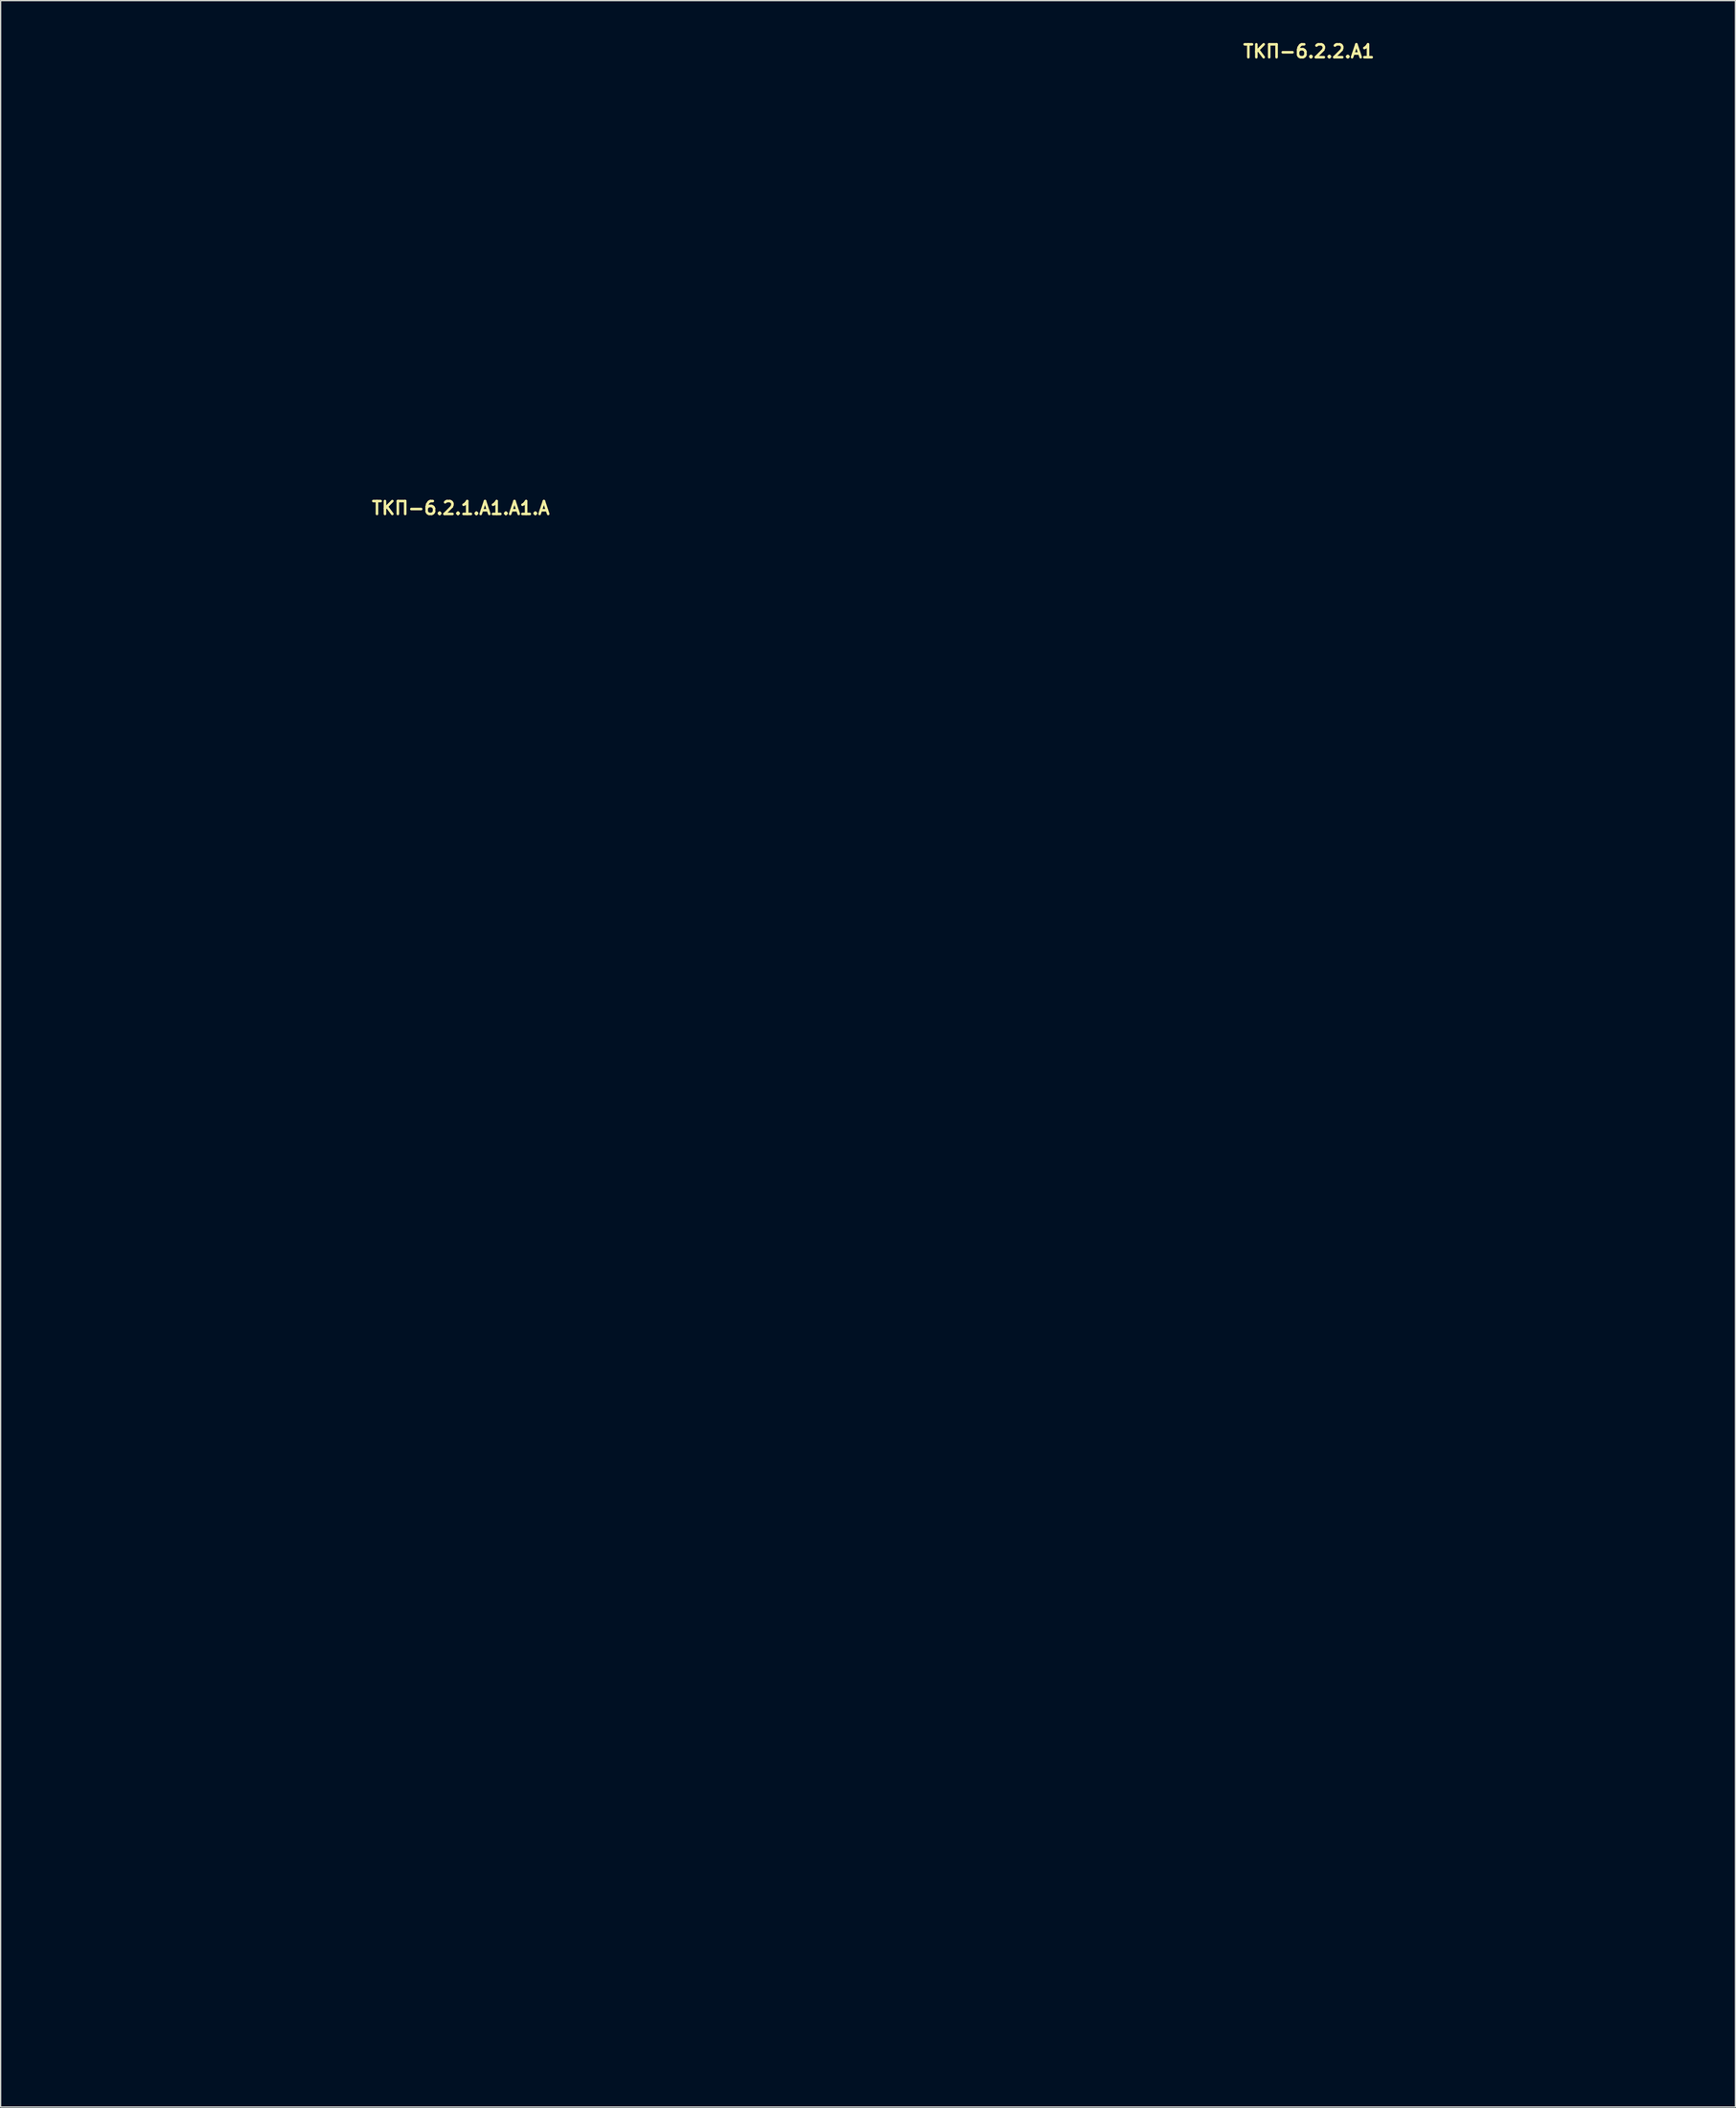
<source format=kicad_pcb>
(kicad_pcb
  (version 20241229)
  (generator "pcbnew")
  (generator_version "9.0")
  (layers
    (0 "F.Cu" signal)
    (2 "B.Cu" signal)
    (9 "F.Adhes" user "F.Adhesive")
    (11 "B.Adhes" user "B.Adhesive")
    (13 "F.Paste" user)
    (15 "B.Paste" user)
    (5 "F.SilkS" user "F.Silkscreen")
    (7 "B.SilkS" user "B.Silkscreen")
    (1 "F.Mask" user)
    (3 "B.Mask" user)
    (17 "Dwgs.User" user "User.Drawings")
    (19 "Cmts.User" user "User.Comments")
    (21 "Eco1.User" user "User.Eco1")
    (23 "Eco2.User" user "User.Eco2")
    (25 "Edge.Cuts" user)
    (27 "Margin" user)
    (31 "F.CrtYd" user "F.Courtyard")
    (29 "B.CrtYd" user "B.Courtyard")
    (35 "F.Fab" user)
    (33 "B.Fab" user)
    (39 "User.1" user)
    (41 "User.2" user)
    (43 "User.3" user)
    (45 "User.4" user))
  (footprint "ТКП-6.2.1.A1.A1.A"
    (layer "F.Cu")
    (at 32.7 97.2)
    (property "Reference" "ТКП-6.2.1.A1.A1.A" (at 0 -60.833 0) (layer "F.SilkS") (effects (font (size 1 1) (thickness 0.2))))
    (attr through_hole)
    (fp_line (start -32.5 -93.9) (end -32.5 -60) (stroke (width 0.4) (type solid)) (layer "Eco2.User"))
    (fp_line (start -32.5 -93.9) (end -31 -93.9) (stroke (width 0.4) (type solid)) (layer "Eco2.User"))
    (fp_line (start -32.5 -60) (end -32.5 60) (stroke (width 0.4) (type solid)) (layer "Eco2.User"))
    (fp_line (start -32.5 -60) (end -31 -60) (stroke (width 0.4) (type solid)) (layer "Eco2.User"))
    (fp_line (start -32.5 60) (end -31 60) (stroke (width 0.4) (type solid)) (layer "Eco2.User"))
    (fp_line (start -31 -93.9) (end -31 -60) (stroke (width 0.4) (type solid)) (layer "Eco2.User"))
    (fp_line (start -31 -60) (end -31 60) (stroke (width 0.4) (type solid)) (layer "Eco2.User"))
    (fp_line (start -31 -56.9) (end -30.8 -56.9) (stroke (width 0.4) (type solid)) (layer "Eco2.User"))
    (fp_line (start -31 56.9) (end -30.8 56.9) (stroke (width 0.4) (type solid)) (layer "Eco2.User"))
    (fp_line (start -30.8 -93.9) (end -30.8 -60) (stroke (width 0.4) (type solid)) (layer "Eco2.User"))
    (fp_line (start -30.8 -93.9) (end -29.4 -93.9) (stroke (width 0.4) (type solid)) (layer "Eco2.User"))
    (fp_line (start -30.8 -60) (end -30.8 -50.37) (stroke (width 0.4) (type solid)) (layer "Eco2.User"))
    (fp_line (start -30.8 -60) (end 30.8 -60) (stroke (width 0.4) (type solid)) (layer "Eco2.User"))
    (fp_line (start -30.8 50.37) (end -30.8 60) (stroke (width 0.4) (type solid)) (layer "Eco2.User"))
    (fp_line (start -30.8 60) (end 30.8 60) (stroke (width 0.4) (type solid)) (layer "Eco2.User"))
    (fp_line (start -29.4 -97) (end -29.4 -93.9) (stroke (width 0.4) (type solid)) (layer "Eco2.User"))
    (fp_line (start -29.4 -97) (end 29.4 -97) (stroke (width 0.4) (type solid)) (layer "Eco2.User"))
    (fp_line (start -27.7 -47.27) (end -22.87 -47.27) (stroke (width 0.4) (type solid)) (layer "Eco2.User"))
    (fp_line (start -27.7 47.27) (end -22.87 47.27) (stroke (width 0.4) (type solid)) (layer "Eco2.User"))
    (fp_line (start -19.77 -63.725) (end -19.77 -60) (stroke (width 0.4) (type solid)) (layer "Eco2.User"))
    (fp_line (start -19.77 -60) (end -19.77 -50.37) (stroke (width 0.4) (type solid)) (layer "Eco2.User"))
    (fp_line (start -19.77 -58.5) (end 19.77 -58.5) (stroke (width 0.4) (type solid)) (layer "Eco2.User"))
    (fp_line (start -19.77 50.37) (end -19.77 60) (stroke (width 0.4) (type solid)) (layer "Eco2.User"))
    (fp_line (start -19.77 58.5) (end 19.77 58.5) (stroke (width 0.4) (type solid)) (layer "Eco2.User"))
    (fp_line (start -19.02 -63.725) (end -19.02 -60) (stroke (width 0.4) (type solid)) (layer "Eco2.User"))
    (fp_line (start -19.02 -60) (end -19.02 -58.5) (stroke (width 0.4) (type solid)) (layer "Eco2.User"))
    (fp_line (start -19.02 58.5) (end -19.02 60) (stroke (width 0.4) (type solid)) (layer "Eco2.User"))
    (fp_line (start 19.02 -63.725) (end 19.02 -60) (stroke (width 0.4) (type solid)) (layer "Eco2.User"))
    (fp_line (start 19.02 -60) (end 19.02 -58.5) (stroke (width 0.4) (type solid)) (layer "Eco2.User"))
    (fp_line (start 19.02 58.5) (end 19.02 60) (stroke (width 0.4) (type solid)) (layer "Eco2.User"))
    (fp_line (start 19.77 -63.725) (end 19.77 -60) (stroke (width 0.4) (type solid)) (layer "Eco2.User"))
    (fp_line (start 19.77 -60) (end 19.77 -50.37) (stroke (width 0.4) (type solid)) (layer "Eco2.User"))
    (fp_line (start 19.77 50.37) (end 19.77 60) (stroke (width 0.4) (type solid)) (layer "Eco2.User"))
    (fp_line (start 22.87 -47.27) (end 27.7 -47.27) (stroke (width 0.4) (type solid)) (layer "Eco2.User"))
    (fp_line (start 22.87 47.27) (end 27.7 47.27) (stroke (width 0.4) (type solid)) (layer "Eco2.User"))
    (fp_line (start 29.4 -97) (end 29.4 -93.9) (stroke (width 0.4) (type solid)) (layer "Eco2.User"))
    (fp_line (start 29.4 -93.9) (end 30.8 -93.9) (stroke (width 0.4) (type solid)) (layer "Eco2.User"))
    (fp_line (start 30.8 -93.9) (end 30.8 -60) (stroke (width 0.4) (type solid)) (layer "Eco2.User"))
    (fp_line (start 30.8 -60) (end 30.8 -50.37) (stroke (width 0.4) (type solid)) (layer "Eco2.User"))
    (fp_line (start 30.8 -56.9) (end 31 -56.9) (stroke (width 0.4) (type solid)) (layer "Eco2.User"))
    (fp_line (start 30.8 50.37) (end 30.8 60) (stroke (width 0.4) (type solid)) (layer "Eco2.User"))
    (fp_line (start 30.8 56.9) (end 31 56.9) (stroke (width 0.4) (type solid)) (layer "Eco2.User"))
    (fp_line (start 31 -93.9) (end 31 -60) (stroke (width 0.4) (type solid)) (layer "Eco2.User"))
    (fp_line (start 31 -93.9) (end 32.5 -93.9) (stroke (width 0.4) (type solid)) (layer "Eco2.User"))
    (fp_line (start 31 -60) (end 31 60) (stroke (width 0.4) (type solid)) (layer "Eco2.User"))
    (fp_line (start 31 -60) (end 32.5 -60) (stroke (width 0.4) (type solid)) (layer "Eco2.User"))
    (fp_line (start 31 60) (end 32.5 60) (stroke (width 0.4) (type solid)) (layer "Eco2.User"))
    (fp_line (start 32.5 -93.9) (end 32.5 -60) (stroke (width 0.4) (type solid)) (layer "Eco2.User"))
    (fp_line (start 32.5 -60) (end 32.5 60) (stroke (width 0.4) (type solid)) (layer "Eco2.User"))
    (fp_arc (start -32.5 -93.9) (mid -31.592031 -96.092031) (end -29.4 -97) (stroke (width 0.4) (type solid)) (layer "Eco2.User"))
    (fp_arc (start -31 -93.9) (mid -30.531371 -95.031371) (end -29.4 -95.5) (stroke (width 0.4) (type solid)) (layer "Eco2.User"))
    (fp_arc (start -30.8 50.37) (mid -29.892031 48.177969) (end -27.7 47.27) (stroke (width 0.4) (type solid)) (layer "Eco2.User"))
    (fp_arc (start -27.7 -47.27) (mid -29.892031 -48.177969) (end -30.8 -50.37) (stroke (width 0.4) (type solid)) (layer "Eco2.User"))
    (fp_arc (start -22.87 47.27) (mid -20.677969 48.177969) (end -19.77 50.37) (stroke (width 0.4) (type solid)) (layer "Eco2.User"))
    (fp_arc (start -19.77 -63.725) (mid -19.395 -64.1) (end -19.02 -63.725) (stroke (width 0.4) (type solid)) (layer "Eco2.User"))
    (fp_arc (start -19.77 -50.37) (mid -20.677969 -48.177969) (end -22.87 -47.27) (stroke (width 0.4) (type solid)) (layer "Eco2.User"))
    (fp_arc (start 19.02 -63.725) (mid 19.395 -64.1) (end 19.77 -63.725) (stroke (width 0.4) (type solid)) (layer "Eco2.User"))
    (fp_arc (start 19.77 50.37) (mid 20.677969 48.177969) (end 22.87 47.27) (stroke (width 0.4) (type solid)) (layer "Eco2.User"))
    (fp_arc (start 22.87 -47.27) (mid 20.677969 -48.177969) (end 19.77 -50.37) (stroke (width 0.4) (type solid)) (layer "Eco2.User"))
    (fp_arc (start 27.7 47.27) (mid 29.892031 48.177969) (end 30.8 50.37) (stroke (width 0.4) (type solid)) (layer "Eco2.User"))
    (fp_arc (start 29.4 -97) (mid 31.592031 -96.092031) (end 32.5 -93.9) (stroke (width 0.4) (type solid)) (layer "Eco2.User"))
    (fp_arc (start 29.4 -95.5) (mid 30.531371 -95.031371) (end 31 -93.9) (stroke (width 0.4) (type solid)) (layer "Eco2.User"))
    (fp_arc (start 30.8 -50.37) (mid 29.892031 -48.177969) (end 27.7 -47.27) (stroke (width 0.4) (type solid)) (layer "Eco2.User"))
    (fp_circle (center -24.57 -52.07) (end -23.07 -52.07) (stroke (width 0.4) (type solid)) (fill no) (layer "Eco2.User"))
    (fp_circle (center -24.57 -52.07) (end -22.445 -52.07) (stroke (width 0.4) (type solid)) (fill no) (layer "Eco2.User"))
    (fp_circle (center -24.57 52.07) (end -23.07 52.07) (stroke (width 0.4) (type solid)) (fill no) (layer "Eco2.User"))
    (fp_circle (center -24.57 52.07) (end -22.445 52.07) (stroke (width 0.4) (type solid)) (fill no) (layer "Eco2.User"))
    (fp_circle (center -15.24 -87) (end -10.54 -87) (stroke (width 0.4) (type solid)) (fill no) (layer "Eco2.User"))
    (fp_circle (center 0 -87) (end 5.5 -87) (stroke (width 0.4) (type solid)) (fill no) (layer "Eco2.User"))
    (fp_circle (center 15.24 -87) (end 19.94 -87) (stroke (width 0.4) (type solid)) (fill no) (layer "Eco2.User"))
    (fp_circle (center 24.57 -52.07) (end 26.07 -52.07) (stroke (width 0.4) (type solid)) (fill no) (layer "Eco2.User"))
    (fp_circle (center 24.57 -52.07) (end 26.695 -52.07) (stroke (width 0.4) (type solid)) (fill no) (layer "Eco2.User"))
    (fp_circle (center 24.57 52.07) (end 26.07 52.07) (stroke (width 0.4) (type solid)) (fill no) (layer "Eco2.User"))
    (fp_circle (center 24.57 52.07) (end 26.695 52.07) (stroke (width 0.4) (type solid)) (fill no) (layer "Eco2.User")))
  (footprint "ТКП-6.2.2.A1"
    (layer "F.Cu")
    (at 98.5 59.102)
    (property "Reference" "ТКП-6.2.2.A1" (at 0 -58.166 0) (layer "F.SilkS") (effects (font (size 1 1) (thickness 0.2))))
    (attr through_hole)
    (fp_line (start -29.9 -54.3) (end -29.9 54.3) (stroke (width 0.4) (type solid)) (layer "Eco2.User"))
    (fp_line (start -26.8 -57.4) (end 26.8 -57.4) (stroke (width 0.4) (type solid)) (layer "Eco2.User"))
    (fp_line (start -26.8 57.4) (end 26.8 57.4) (stroke (width 0.4) (type solid)) (layer "Eco2.User"))
    (fp_line (start 29.9 -54.3) (end 29.9 54.3) (stroke (width 0.4) (type solid)) (layer "Eco2.User"))
    (fp_arc (start -29.9 -54.3) (mid -28.992031 -56.492031) (end -26.8 -57.4) (stroke (width 0.4) (type solid)) (layer "Eco2.User"))
    (fp_arc (start -26.8 57.4) (mid -28.992031 56.492031) (end -29.9 54.3) (stroke (width 0.4) (type solid)) (layer "Eco2.User"))
    (fp_arc (start 26.8 -57.4) (mid 28.992031 -56.492031) (end 29.9 -54.3) (stroke (width 0.4) (type solid)) (layer "Eco2.User"))
    (fp_arc (start 29.9 54.3) (mid 28.992031 56.492031) (end 26.8 57.4) (stroke (width 0.4) (type solid)) (layer "Eco2.User"))
    (fp_circle (center -24.57 -52.07) (end -23.07 -52.07) (stroke (width 0.4) (type solid)) (fill no) (layer "Eco2.User"))
    (fp_circle (center -24.57 52.07) (end -23.07 52.07) (stroke (width 0.4) (type solid)) (fill no) (layer "Eco2.User"))
    (fp_circle (center 24.57 -52.07) (end 26.07 -52.07) (stroke (width 0.4) (type solid)) (fill no) (layer "Eco2.User"))
    (fp_circle (center 24.57 52.07) (end 26.07 52.07) (stroke (width 0.4) (type solid)) (fill no) (layer "Eco2.User")))
  (gr_rect
    (start -3 -3)
    (end 131.6 160.4)
    (stroke (width 0.1) (type default))
    (fill no)
    (layer "Edge.Cuts")))
</source>
